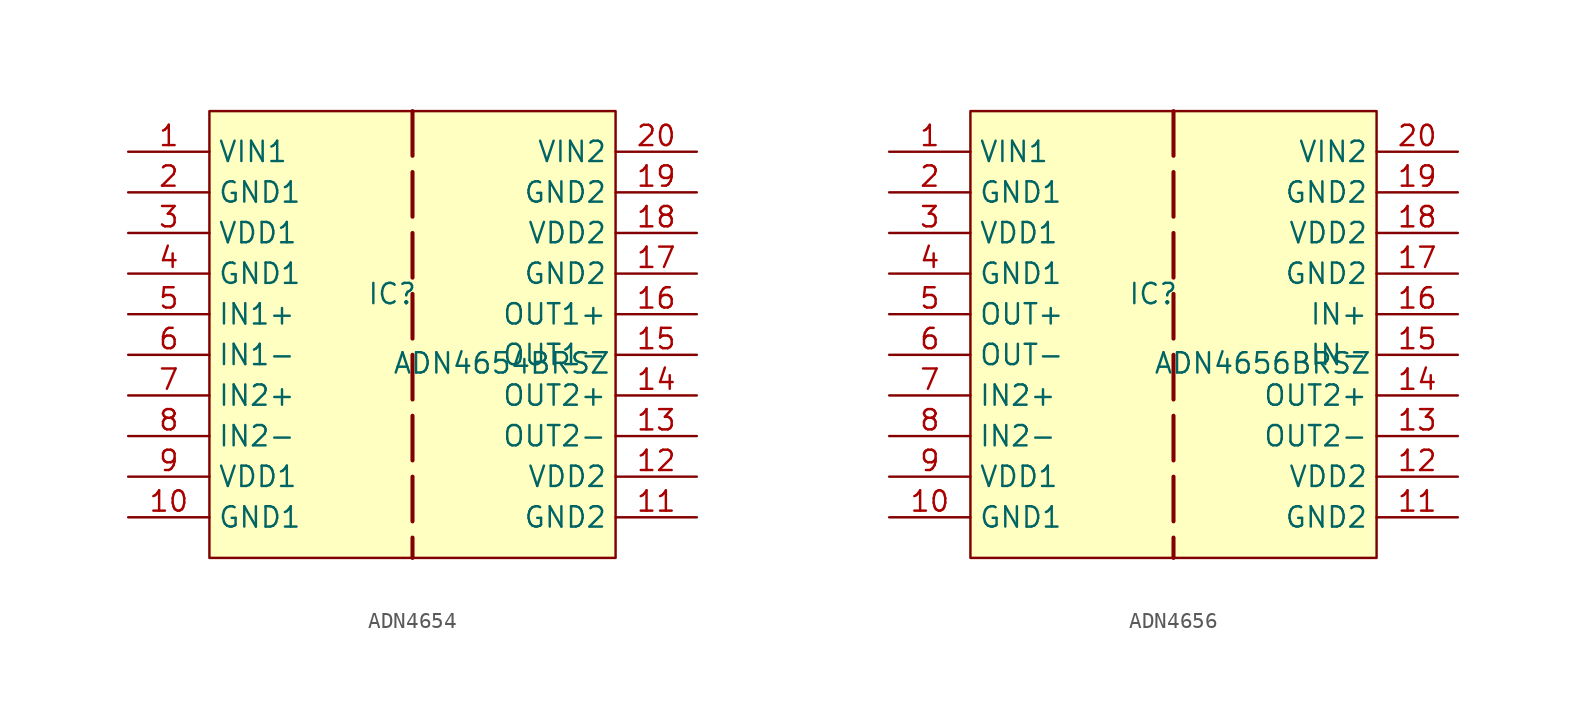
<source format=kicad_sym>
(kicad_symbol_lib
  (version 20231120)
  (generator "kicad_symbol_editor")
  (generator_version "8.0")
  (symbol "ADN4654"
    (property "Reference" "IC"
      (at -1.27 1.27 0)
      (effects (font (size 1.27 1.27))))
    (property "Value" "ADN4654BRSZ"
      (at -1.27 -3.81 0)
      (effects (font (size 1.27 1.27)) (justify left bottom)))
    (symbol "ADN4654_1_0"
      (rectangle (start -12.7 12.7) (end 12.7 -15.24) (stroke (width 0) (type solid) (color 128 0 0 1)) (fill (type background)))
      (polyline (pts (xy 0 12.7) (xy 0 -15.24)) (stroke (width 0.254) (type dash)) (fill (type none)))
      (pin passive line (at -17.78 10.16 0) (length 5.08) (name "VIN1" (effects (font (size 1.27 1.27)))) (number "1" (effects (font (size 1.27 1.27)))))
      (pin passive line (at -17.78 -12.7 0) (length 5.08) (name "GND1" (effects (font (size 1.27 1.27)))) (number "10" (effects (font (size 1.27 1.27)))))
      (pin passive line (at 17.78 -12.7 180) (length 5.08) (name "GND2" (effects (font (size 1.27 1.27)))) (number "11" (effects (font (size 1.27 1.27)))))
      (pin passive line (at 17.78 -10.16 180) (length 5.08) (name "VDD2" (effects (font (size 1.27 1.27)))) (number "12" (effects (font (size 1.27 1.27)))))
      (pin output line (at 17.78 -7.62 180) (length 5.08) (name "OUT2-" (effects (font (size 1.27 1.27)))) (number "13" (effects (font (size 1.27 1.27)))))
      (pin output line (at 17.78 -5.08 180) (length 5.08) (name "OUT2+" (effects (font (size 1.27 1.27)))) (number "14" (effects (font (size 1.27 1.27)))))
      (pin output line (at 17.78 -2.54 180) (length 5.08) (name "OUT1-" (effects (font (size 1.27 1.27)))) (number "15" (effects (font (size 1.27 1.27)))))
      (pin output line (at 17.78 0 180) (length 5.08) (name "OUT1+" (effects (font (size 1.27 1.27)))) (number "16" (effects (font (size 1.27 1.27)))))
      (pin passive line (at 17.78 2.54 180) (length 5.08) (name "GND2" (effects (font (size 1.27 1.27)))) (number "17" (effects (font (size 1.27 1.27)))))
      (pin passive line (at 17.78 5.08 180) (length 5.08) (name "VDD2" (effects (font (size 1.27 1.27)))) (number "18" (effects (font (size 1.27 1.27)))))
      (pin passive line (at 17.78 7.62 180) (length 5.08) (name "GND2" (effects (font (size 1.27 1.27)))) (number "19" (effects (font (size 1.27 1.27)))))
      (pin passive line (at -17.78 7.62 0) (length 5.08) (name "GND1" (effects (font (size 1.27 1.27)))) (number "2" (effects (font (size 1.27 1.27)))))
      (pin passive line (at 17.78 10.16 180) (length 5.08) (name "VIN2" (effects (font (size 1.27 1.27)))) (number "20" (effects (font (size 1.27 1.27)))))
      (pin passive line (at -17.78 5.08 0) (length 5.08) (name "VDD1" (effects (font (size 1.27 1.27)))) (number "3" (effects (font (size 1.27 1.27)))))
      (pin passive line (at -17.78 2.54 0) (length 5.08) (name "GND1" (effects (font (size 1.27 1.27)))) (number "4" (effects (font (size 1.27 1.27)))))
      (pin input line (at -17.78 0 0) (length 5.08) (name "IN1+" (effects (font (size 1.27 1.27)))) (number "5" (effects (font (size 1.27 1.27)))))
      (pin input line (at -17.78 -2.54 0) (length 5.08) (name "IN1-" (effects (font (size 1.27 1.27)))) (number "6" (effects (font (size 1.27 1.27)))))
      (pin input line (at -17.78 -5.08 0) (length 5.08) (name "IN2+" (effects (font (size 1.27 1.27)))) (number "7" (effects (font (size 1.27 1.27)))))
      (pin input line (at -17.78 -7.62 0) (length 5.08) (name "IN2-" (effects (font (size 1.27 1.27)))) (number "8" (effects (font (size 1.27 1.27)))))
      (pin passive line (at -17.78 -10.16 0) (length 5.08) (name "VDD1" (effects (font (size 1.27 1.27)))) (number "9" (effects (font (size 1.27 1.27)))))))
  (symbol "ADN4656"
    (property "Reference" "IC"
      (at -1.27 1.27 0)
      (effects (font (size 1.27 1.27))))
    (property "Value" "ADN4656BRSZ"
      (at -1.27 -3.81 0)
      (effects (font (size 1.27 1.27)) (justify left bottom)))
    (symbol "ADN4656_1_0"
      (rectangle (start -12.7 12.7) (end 12.7 -15.24) (stroke (width 0) (type solid) (color 128 0 0 1)) (fill (type background)))
      (polyline (pts (xy 0 12.7) (xy 0 -15.24)) (stroke (width 0.254) (type dash)) (fill (type none)))
      (pin passive line (at -17.78 10.16 0) (length 5.08) (name "VIN1" (effects (font (size 1.27 1.27)))) (number "1" (effects (font (size 1.27 1.27)))))
      (pin passive line (at -17.78 -12.7 0) (length 5.08) (name "GND1" (effects (font (size 1.27 1.27)))) (number "10" (effects (font (size 1.27 1.27)))))
      (pin passive line (at 17.78 -12.7 180) (length 5.08) (name "GND2" (effects (font (size 1.27 1.27)))) (number "11" (effects (font (size 1.27 1.27)))))
      (pin passive line (at 17.78 -10.16 180) (length 5.08) (name "VDD2" (effects (font (size 1.27 1.27)))) (number "12" (effects (font (size 1.27 1.27)))))
      (pin output line (at 17.78 -7.62 180) (length 5.08) (name "OUT2-" (effects (font (size 1.27 1.27)))) (number "13" (effects (font (size 1.27 1.27)))))
      (pin output line (at 17.78 -5.08 180) (length 5.08) (name "OUT2+" (effects (font (size 1.27 1.27)))) (number "14" (effects (font (size 1.27 1.27)))))
      (pin input line (at 17.78 -2.54 180) (length 5.08) (name "IN-" (effects (font (size 1.27 1.27)))) (number "15" (effects (font (size 1.27 1.27)))))
      (pin input line (at 17.78 0 180) (length 5.08) (name "IN+" (effects (font (size 1.27 1.27)))) (number "16" (effects (font (size 1.27 1.27)))))
      (pin passive line (at 17.78 2.54 180) (length 5.08) (name "GND2" (effects (font (size 1.27 1.27)))) (number "17" (effects (font (size 1.27 1.27)))))
      (pin passive line (at 17.78 5.08 180) (length 5.08) (name "VDD2" (effects (font (size 1.27 1.27)))) (number "18" (effects (font (size 1.27 1.27)))))
      (pin passive line (at 17.78 7.62 180) (length 5.08) (name "GND2" (effects (font (size 1.27 1.27)))) (number "19" (effects (font (size 1.27 1.27)))))
      (pin passive line (at -17.78 7.62 0) (length 5.08) (name "GND1" (effects (font (size 1.27 1.27)))) (number "2" (effects (font (size 1.27 1.27)))))
      (pin passive line (at 17.78 10.16 180) (length 5.08) (name "VIN2" (effects (font (size 1.27 1.27)))) (number "20" (effects (font (size 1.27 1.27)))))
      (pin passive line (at -17.78 5.08 0) (length 5.08) (name "VDD1" (effects (font (size 1.27 1.27)))) (number "3" (effects (font (size 1.27 1.27)))))
      (pin passive line (at -17.78 2.54 0) (length 5.08) (name "GND1" (effects (font (size 1.27 1.27)))) (number "4" (effects (font (size 1.27 1.27)))))
      (pin output line (at -17.78 0 0) (length 5.08) (name "OUT+" (effects (font (size 1.27 1.27)))) (number "5" (effects (font (size 1.27 1.27)))))
      (pin output line (at -17.78 -2.54 0) (length 5.08) (name "OUT-" (effects (font (size 1.27 1.27)))) (number "6" (effects (font (size 1.27 1.27)))))
      (pin input line (at -17.78 -5.08 0) (length 5.08) (name "IN2+" (effects (font (size 1.27 1.27)))) (number "7" (effects (font (size 1.27 1.27)))))
      (pin input line (at -17.78 -7.62 0) (length 5.08) (name "IN2-" (effects (font (size 1.27 1.27)))) (number "8" (effects (font (size 1.27 1.27)))))
      (pin passive line (at -17.78 -10.16 0) (length 5.08) (name "VDD1" (effects (font (size 1.27 1.27)))) (number "9" (effects (font (size 1.27 1.27))))))))
</source>
